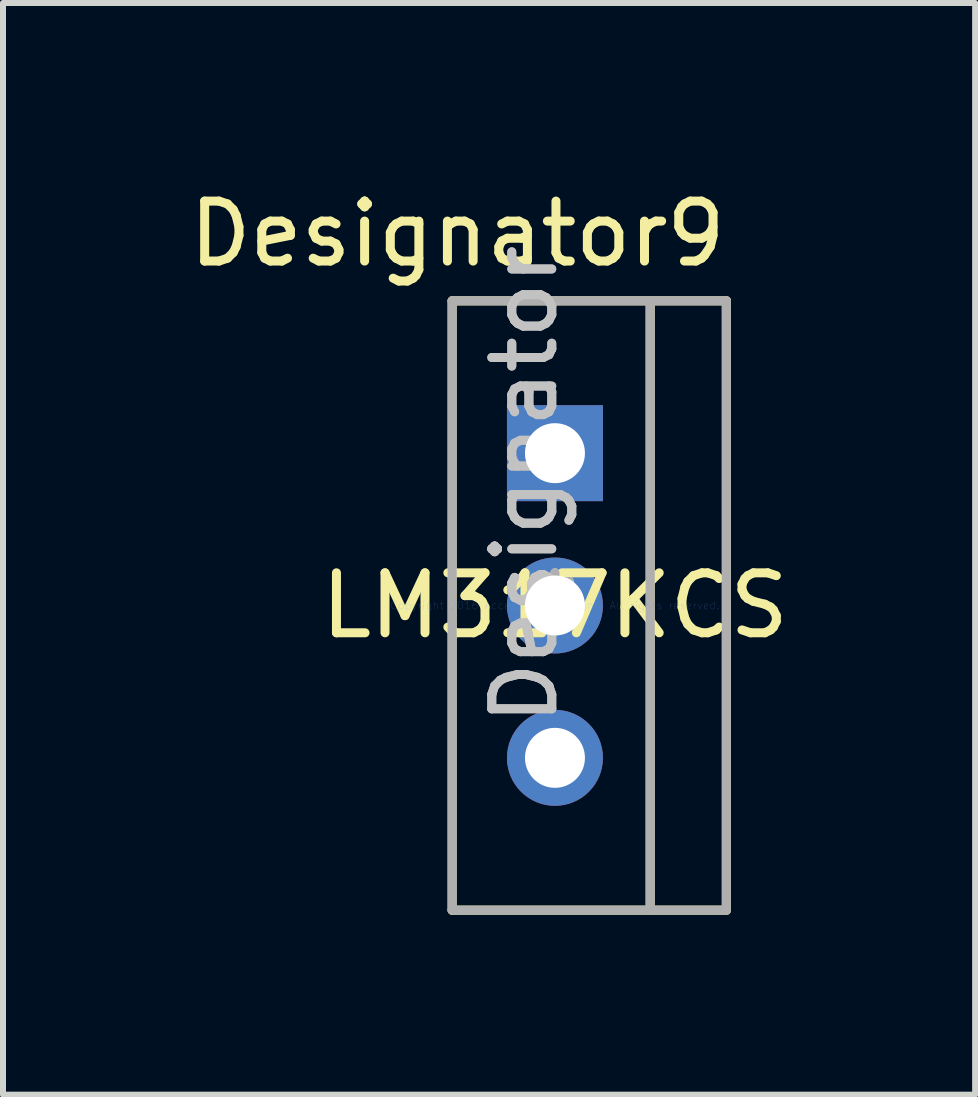
<source format=kicad_pcb>
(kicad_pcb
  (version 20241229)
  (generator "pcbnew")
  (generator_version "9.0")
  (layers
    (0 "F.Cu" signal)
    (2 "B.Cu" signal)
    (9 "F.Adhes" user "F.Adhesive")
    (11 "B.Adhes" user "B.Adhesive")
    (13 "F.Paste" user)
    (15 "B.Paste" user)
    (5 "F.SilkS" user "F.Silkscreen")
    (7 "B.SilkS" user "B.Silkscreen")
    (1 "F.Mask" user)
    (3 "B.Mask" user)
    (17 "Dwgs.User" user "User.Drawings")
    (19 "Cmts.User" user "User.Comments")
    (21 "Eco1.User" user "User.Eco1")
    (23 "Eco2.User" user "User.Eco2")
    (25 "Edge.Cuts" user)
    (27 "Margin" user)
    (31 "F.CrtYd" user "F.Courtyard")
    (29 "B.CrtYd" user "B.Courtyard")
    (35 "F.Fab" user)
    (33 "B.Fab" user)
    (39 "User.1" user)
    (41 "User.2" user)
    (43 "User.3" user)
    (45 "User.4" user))
  (footprint "LM317KCS"
    (layer "F.Cu")
    (at 6.203 7.046)
    (property "Reference" "LM317KCS" (at 0 0 0) (layer "F.SilkS") (effects (font (size 1 1) (thickness 0.15))))
    (attr through_hole)
    (fp_line (start -1.714 -5.08) (end 1.588 -5.08) (stroke (width 0.152) (type solid)) (layer "F.SilkS"))
    (fp_line (start -1.714 5.08) (end -1.714 -5.08) (stroke (width 0.152) (type solid)) (layer "F.SilkS"))
    (fp_line (start -1.714 5.08) (end 1.588 5.08) (stroke (width 0.152) (type solid)) (layer "F.SilkS"))
    (fp_line (start 1.588 -5.08) (end 2.858 -5.08) (stroke (width 0.152) (type solid)) (layer "F.SilkS"))
    (fp_line (start 1.588 5.08) (end 1.588 -5.08) (stroke (width 0.152) (type solid)) (layer "F.SilkS"))
    (fp_line (start 1.588 5.08) (end 2.858 5.08) (stroke (width 0.152) (type solid)) (layer "F.SilkS"))
    (fp_line (start 2.858 5.08) (end 2.858 -5.08) (stroke (width 0.152) (type solid)) (layer "F.SilkS"))
    (fp_line (start -1.714 -5.08) (end 1.588 -5.08) (stroke (width 0.152) (type solid)) (layer "F.Fab"))
    (fp_line (start -1.714 5.08) (end -1.714 -5.08) (stroke (width 0.152) (type solid)) (layer "F.Fab"))
    (fp_line (start -1.714 5.08) (end 1.588 5.08) (stroke (width 0.152) (type solid)) (layer "F.Fab"))
    (fp_line (start 1.588 -5.08) (end 2.858 -5.08) (stroke (width 0.152) (type solid)) (layer "F.Fab"))
    (fp_line (start 1.588 5.08) (end 1.588 -5.08) (stroke (width 0.152) (type solid)) (layer "F.Fab"))
    (fp_line (start 1.588 5.08) (end 2.858 5.08) (stroke (width 0.152) (type solid)) (layer "F.Fab"))
    (fp_line (start 2.858 5.08) (end 2.858 -5.08) (stroke (width 0.152) (type solid)) (layer "F.Fab"))
    (fp_text user "*" (at 0 0 0) (layer "F.SilkS") (effects (font (size 1 1) (thickness 0.15))))
    (fp_text user "Designator9" (at -1.626 -6.198 0) (layer "F.SilkS") (effects (font (size 1 1) (thickness 0.15))))
    (fp_text user ".Designator" (at -0.508 -1.778 270) (layer "Dwgs.User") (effects (font (size 1 1) (thickness 0.15))))
    (fp_text user "Copyright 2016 Accelerated Designs. All rights reserved." (at 0 0 0) (layer "Cmts.User") (effects (font (size 0.127 0.127) (thickness 0.002))))
    (fp_text user "*" (at 0 0 0) (layer "F.Fab") (effects (font (size 1 1) (thickness 0.15))))
    (fp_text user ".Designator" (at -0.508 -1.778 270) (layer "F.Fab") (effects (font (size 1 1) (thickness 0.15))))
    (pad "1" thru_hole rect (at 0 -2.54) (size 1.6 1.6) (drill 1) (layers "*.Cu" "*.Mask"))
    (pad "2" thru_hole circle (at 0 0) (size 1.6 1.6) (drill 1) (layers "*.Cu" "*.Mask"))
    (pad "3" thru_hole circle (at 0 2.54) (size 1.6 1.6) (drill 1) (layers "*.Cu" "*.Mask")))
  (gr_rect
    (start -3 -3)
    (end 13.209 15.202)
    (stroke (width 0.1) (type default))
    (fill no)
    (layer "Edge.Cuts")))
</source>
